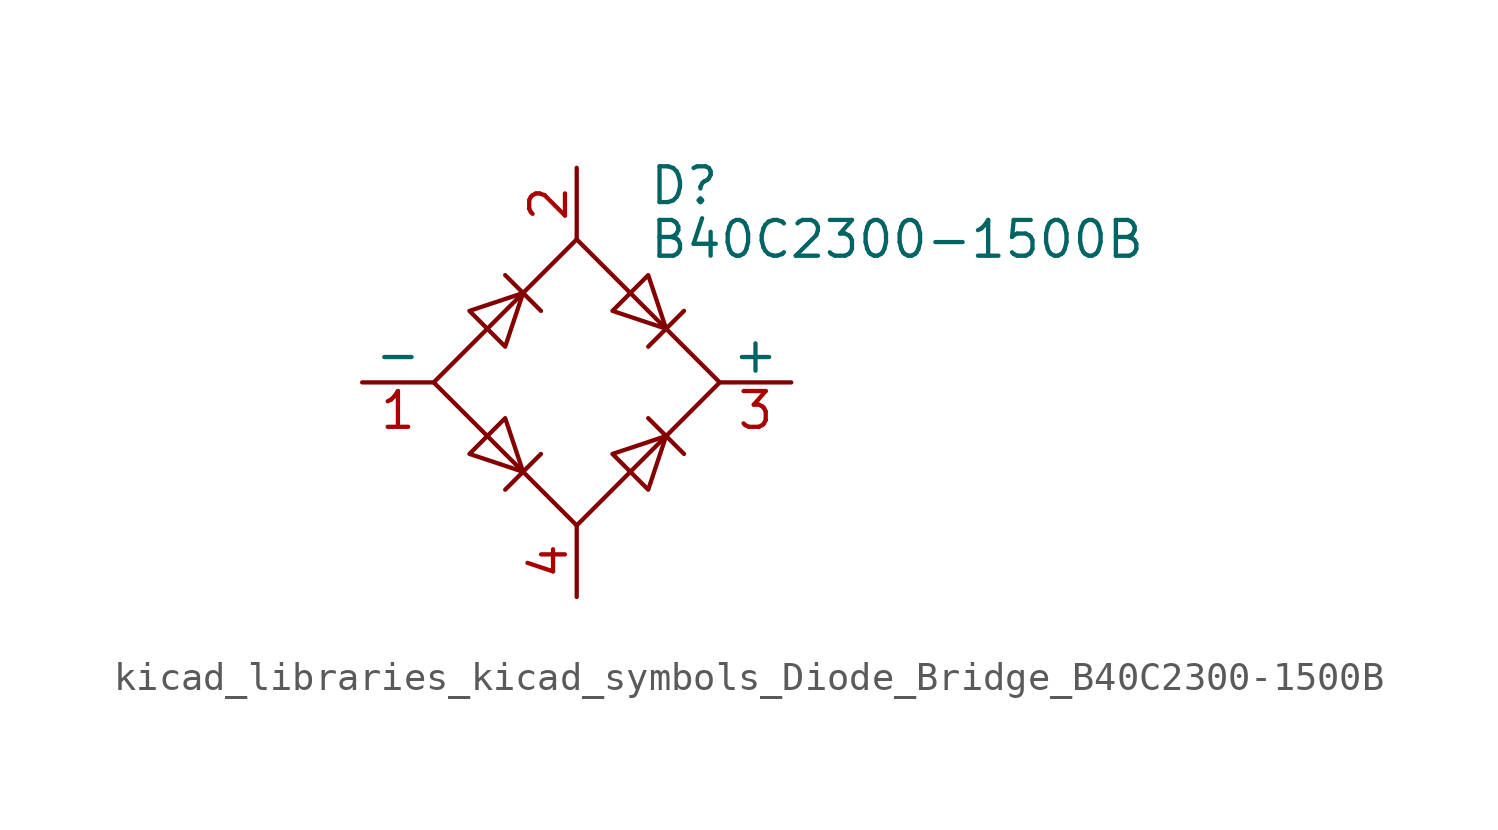
<source format=kicad_sym>
(kicad_symbol_lib
  (version 20220914)
  (generator kicad_symbol_editor)
  (symbol "kicad_libraries_kicad_symbols_Diode_Bridge_B40C2300-1500B"
    (pin_names
      (offset 0))
    (property "Reference" "D"
      (at 2.54 6.985 0)
      (effects (font (size 1.27 1.27)) (justify left)))
    (property "Value" "B40C2300-1500B"
      (at 2.54 5.08 0)
      (effects (font (size 1.27 1.27)) (justify left)))
    (symbol "kicad_libraries_kicad_symbols_Diode_Bridge_B40C2300-1500B_0_1"
      (polyline (pts (xy -2.54 3.81) (xy -1.27 2.54)) (stroke (width 0) (type default)) (fill (type none)))
      (polyline (pts (xy -1.27 -2.54) (xy -2.54 -3.81)) (stroke (width 0) (type default)) (fill (type none)))
      (polyline (pts (xy 2.54 -1.27) (xy 3.81 -2.54)) (stroke (width 0) (type default)) (fill (type none)))
      (polyline (pts (xy 2.54 1.27) (xy 3.81 2.54)) (stroke (width 0) (type default)) (fill (type none)))
      (polyline (pts (xy -3.81 2.54) (xy -2.54 1.27) (xy -1.905 3.175) (xy -3.81 2.54)) (stroke (width 0) (type default)) (fill (type none)))
      (polyline (pts (xy -2.54 -1.27) (xy -3.81 -2.54) (xy -1.905 -3.175) (xy -2.54 -1.27)) (stroke (width 0) (type default)) (fill (type none)))
      (polyline (pts (xy 1.27 2.54) (xy 2.54 3.81) (xy 3.175 1.905) (xy 1.27 2.54)) (stroke (width 0) (type default)) (fill (type none)))
      (polyline (pts (xy 3.175 -1.905) (xy 1.27 -2.54) (xy 2.54 -3.81) (xy 3.175 -1.905)) (stroke (width 0) (type default)) (fill (type none)))
      (polyline (pts (xy -5.08 0) (xy 0 -5.08) (xy 5.08 0) (xy 0 5.08) (xy -5.08 0)) (stroke (width 0) (type default)) (fill (type none))))
    (symbol "kicad_libraries_kicad_symbols_Diode_Bridge_B40C2300-1500B_1_1"
      (pin passive line (at -7.62 0 0) (length 2.54) (name "-" (effects (font (size 1.27 1.27)))) (number "1" (effects (font (size 1.27 1.27)))))
      (pin passive line (at 0 7.62 270) (length 2.54) (name "~" (effects (font (size 1.27 1.27)))) (number "2" (effects (font (size 1.27 1.27)))))
      (pin passive line (at 7.62 0 180) (length 2.54) (name "+" (effects (font (size 1.27 1.27)))) (number "3" (effects (font (size 1.27 1.27)))))
      (pin passive line (at 0 -7.62 90) (length 2.54) (name "~" (effects (font (size 1.27 1.27)))) (number "4" (effects (font (size 1.27 1.27))))))))
</source>
